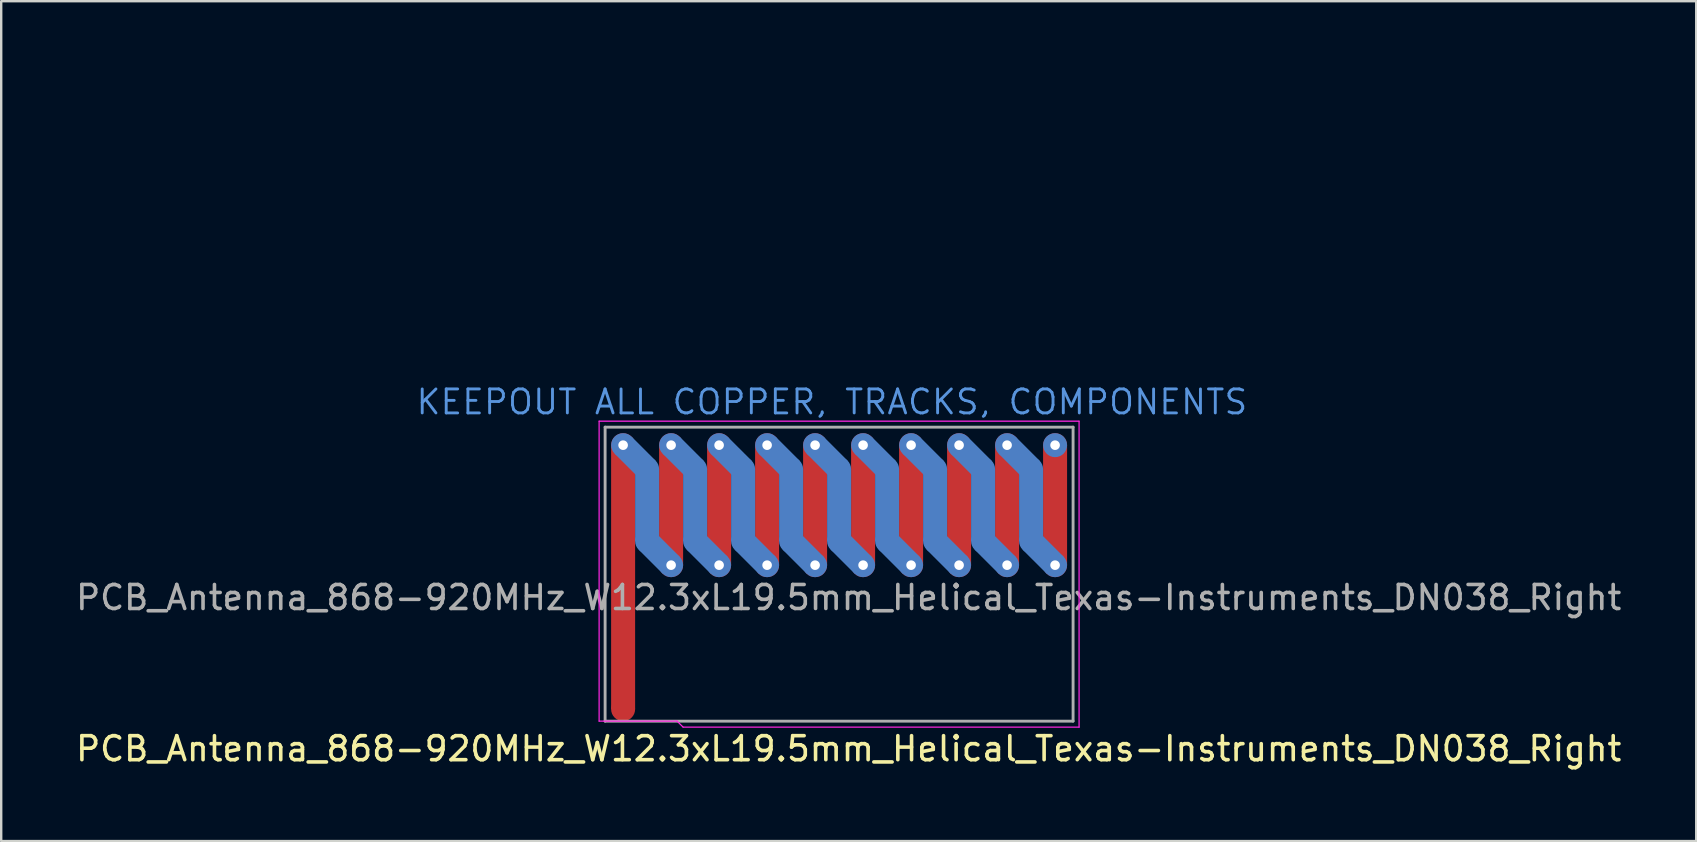
<source format=kicad_pcb>
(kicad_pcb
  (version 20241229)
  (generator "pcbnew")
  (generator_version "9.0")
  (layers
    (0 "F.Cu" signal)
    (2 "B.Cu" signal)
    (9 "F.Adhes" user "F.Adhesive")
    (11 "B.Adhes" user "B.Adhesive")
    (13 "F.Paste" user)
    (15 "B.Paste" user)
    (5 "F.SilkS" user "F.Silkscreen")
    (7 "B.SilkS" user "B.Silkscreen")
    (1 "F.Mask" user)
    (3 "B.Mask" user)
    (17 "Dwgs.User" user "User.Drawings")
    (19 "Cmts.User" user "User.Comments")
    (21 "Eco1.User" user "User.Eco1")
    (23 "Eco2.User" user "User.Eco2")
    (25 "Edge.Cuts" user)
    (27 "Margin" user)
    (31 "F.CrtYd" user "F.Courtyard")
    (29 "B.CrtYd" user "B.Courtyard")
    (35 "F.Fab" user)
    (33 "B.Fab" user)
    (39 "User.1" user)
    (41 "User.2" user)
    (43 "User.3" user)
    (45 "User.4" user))
  (footprint "PCB_Antenna_868-920MHz_W12.3xL19.5mm_Helical_Texas-Instruments_DN038_Right"
    (layer "F.Cu")
    (at 22.915 26.5)
    (property "Reference" "PCB_Antenna_868-920MHz_W12.3xL19.5mm_Helical_Texas-Instruments_DN038_Right" (at 9.4 1.65 0) (unlocked yes) (layer "F.SilkS") (effects (font (size 1 1) (thickness 0.15))))
    (attr exclude_from_pos_files exclude_from_bom)
    (fp_poly (pts (xy 0.5 0) (xy -0.5 0) (xy -0.5 -11) (xy 0.5 -11)) (stroke (width 0) (type solid)) (fill yes) (layer "F.Cu"))
    (fp_poly (pts (xy 2.5 -6) (xy 1.5 -6) (xy 1.5 -11) (xy 2.5 -11)) (stroke (width 0) (type solid)) (fill yes) (layer "F.Cu"))
    (fp_poly (pts (xy 4.5 -6) (xy 3.5 -6) (xy 3.5 -11) (xy 4.5 -11)) (stroke (width 0) (type solid)) (fill yes) (layer "F.Cu"))
    (fp_poly (pts (xy 6.5 -6) (xy 5.5 -6) (xy 5.5 -11) (xy 6.5 -11)) (stroke (width 0) (type solid)) (fill yes) (layer "F.Cu"))
    (fp_poly (pts (xy 8.5 -6) (xy 7.5 -6) (xy 7.5 -11) (xy 8.5 -11)) (stroke (width 0) (type solid)) (fill yes) (layer "F.Cu"))
    (fp_poly (pts (xy 10.5 -6) (xy 9.5 -6) (xy 9.5 -11) (xy 10.5 -11)) (stroke (width 0) (type solid)) (fill yes) (layer "F.Cu"))
    (fp_poly (pts (xy 12.5 -6) (xy 11.5 -6) (xy 11.5 -11) (xy 12.5 -11)) (stroke (width 0) (type solid)) (fill yes) (layer "F.Cu"))
    (fp_poly (pts (xy 14.5 -6) (xy 13.5 -6) (xy 13.5 -11) (xy 14.5 -11)) (stroke (width 0) (type solid)) (fill yes) (layer "F.Cu"))
    (fp_poly (pts (xy 16.5 -6) (xy 15.5 -6) (xy 15.5 -11) (xy 16.5 -11)) (stroke (width 0) (type solid)) (fill yes) (layer "F.Cu"))
    (fp_poly (pts (xy 18.5 -6) (xy 17.5 -6) (xy 17.5 -11) (xy 18.5 -11)) (stroke (width 0) (type solid)) (fill yes) (layer "F.Cu"))
    (fp_circle (center 1 -10) (end 0.823 -9.823) (stroke (width 0.5) (type solid)) (fill no) (layer "B.Cu"))
    (fp_circle (center 1 -7) (end 0.823 -6.823) (stroke (width 0.5) (type solid)) (fill no) (layer "B.Cu"))
    (fp_circle (center 3 -10) (end 2.823 -9.823) (stroke (width 0.5) (type solid)) (fill no) (layer "B.Cu"))
    (fp_circle (center 3 -7) (end 2.823 -6.823) (stroke (width 0.5) (type solid)) (fill no) (layer "B.Cu"))
    (fp_circle (center 5 -10) (end 4.823 -9.823) (stroke (width 0.5) (type solid)) (fill no) (layer "B.Cu"))
    (fp_circle (center 5 -7) (end 4.823 -6.823) (stroke (width 0.5) (type solid)) (fill no) (layer "B.Cu"))
    (fp_circle (center 7 -10) (end 6.823 -9.823) (stroke (width 0.5) (type solid)) (fill no) (layer "B.Cu"))
    (fp_circle (center 7 -7) (end 6.823 -6.823) (stroke (width 0.5) (type solid)) (fill no) (layer "B.Cu"))
    (fp_circle (center 9 -10) (end 8.823 -9.823) (stroke (width 0.5) (type solid)) (fill no) (layer "B.Cu"))
    (fp_circle (center 9 -7) (end 8.823 -6.823) (stroke (width 0.5) (type solid)) (fill no) (layer "B.Cu"))
    (fp_circle (center 11 -10) (end 10.823 -9.823) (stroke (width 0.5) (type solid)) (fill no) (layer "B.Cu"))
    (fp_circle (center 11 -7) (end 10.823 -6.823) (stroke (width 0.5) (type solid)) (fill no) (layer "B.Cu"))
    (fp_circle (center 13 -10) (end 12.823 -9.823) (stroke (width 0.5) (type solid)) (fill no) (layer "B.Cu"))
    (fp_circle (center 13 -7) (end 12.823 -6.823) (stroke (width 0.5) (type solid)) (fill no) (layer "B.Cu"))
    (fp_circle (center 15 -10) (end 14.823 -9.823) (stroke (width 0.5) (type solid)) (fill no) (layer "B.Cu"))
    (fp_circle (center 15 -7) (end 14.823 -6.823) (stroke (width 0.5) (type solid)) (fill no) (layer "B.Cu"))
    (fp_circle (center 17 -10) (end 16.823 -9.823) (stroke (width 0.5) (type solid)) (fill no) (layer "B.Cu"))
    (fp_circle (center 17 -7) (end 16.823 -6.823) (stroke (width 0.5) (type solid)) (fill no) (layer "B.Cu"))
    (fp_poly (pts (xy -0.354 -10.646) (xy 0.354 -11.354) (xy 1.354 -10.354) (xy 0.646 -9.646)) (stroke (width 0) (type solid)) (fill yes) (layer "B.Cu"))
    (fp_poly (pts (xy 1.5 -7) (xy 0.5 -7) (xy 0.5 -10) (xy 1.5 -10)) (stroke (width 0) (type solid)) (fill yes) (layer "B.Cu"))
    (fp_poly (pts (xy 1.646 -10.646) (xy 2.354 -11.354) (xy 3.354 -10.354) (xy 2.646 -9.646)) (stroke (width 0) (type solid)) (fill yes) (layer "B.Cu"))
    (fp_poly (pts (xy 3.5 -7) (xy 2.5 -7) (xy 2.5 -10) (xy 3.5 -10)) (stroke (width 0) (type solid)) (fill yes) (layer "B.Cu"))
    (fp_poly (pts (xy 3.646 -10.646) (xy 4.354 -11.354) (xy 5.354 -10.354) (xy 4.646 -9.646)) (stroke (width 0) (type solid)) (fill yes) (layer "B.Cu"))
    (fp_poly (pts (xy 5.5 -7) (xy 4.5 -7) (xy 4.5 -10) (xy 5.5 -10)) (stroke (width 0) (type solid)) (fill yes) (layer "B.Cu"))
    (fp_poly (pts (xy 5.646 -10.646) (xy 6.354 -11.354) (xy 7.354 -10.354) (xy 6.646 -9.646)) (stroke (width 0) (type solid)) (fill yes) (layer "B.Cu"))
    (fp_poly (pts (xy 7.5 -7) (xy 6.5 -7) (xy 6.5 -10) (xy 7.5 -10)) (stroke (width 0) (type solid)) (fill yes) (layer "B.Cu"))
    (fp_poly (pts (xy 7.646 -10.646) (xy 8.354 -11.354) (xy 9.354 -10.354) (xy 8.646 -9.646)) (stroke (width 0) (type solid)) (fill yes) (layer "B.Cu"))
    (fp_poly (pts (xy 9.5 -7) (xy 8.5 -7) (xy 8.5 -10) (xy 9.5 -10)) (stroke (width 0) (type solid)) (fill yes) (layer "B.Cu"))
    (fp_poly (pts (xy 9.646 -10.646) (xy 10.354 -11.354) (xy 11.354 -10.354) (xy 10.646 -9.646)) (stroke (width 0) (type solid)) (fill yes) (layer "B.Cu"))
    (fp_poly (pts (xy 11.5 -7) (xy 10.5 -7) (xy 10.5 -10) (xy 11.5 -10)) (stroke (width 0) (type solid)) (fill yes) (layer "B.Cu"))
    (fp_poly (pts (xy 11.646 -10.646) (xy 12.354 -11.354) (xy 13.354 -10.354) (xy 12.646 -9.646)) (stroke (width 0) (type solid)) (fill yes) (layer "B.Cu"))
    (fp_poly (pts (xy 13.5 -7) (xy 12.5 -7) (xy 12.5 -10) (xy 13.5 -10)) (stroke (width 0) (type solid)) (fill yes) (layer "B.Cu"))
    (fp_poly (pts (xy 13.646 -10.646) (xy 14.354 -11.354) (xy 15.354 -10.354) (xy 14.646 -9.646)) (stroke (width 0) (type solid)) (fill yes) (layer "B.Cu"))
    (fp_poly (pts (xy 15.5 -7) (xy 14.5 -7) (xy 14.5 -10) (xy 15.5 -10)) (stroke (width 0) (type solid)) (fill yes) (layer "B.Cu"))
    (fp_poly (pts (xy 15.646 -10.646) (xy 16.354 -11.354) (xy 17.354 -10.354) (xy 16.646 -9.646)) (stroke (width 0) (type solid)) (fill yes) (layer "B.Cu"))
    (fp_poly (pts (xy 17.5 -7) (xy 16.5 -7) (xy 16.5 -10) (xy 17.5 -10)) (stroke (width 0) (type solid)) (fill yes) (layer "B.Cu"))
    (fp_poly (pts (xy 1.5 -7.207) (xy 2.354 -6.354) (xy 1.646 -5.646) (xy 0.646 -6.646) (xy 1.354 -7.354)) (stroke (width 0) (type solid)) (fill yes) (layer "B.Cu"))
    (fp_poly (pts (xy 3.5 -7.207) (xy 4.354 -6.354) (xy 3.646 -5.646) (xy 2.646 -6.646) (xy 3.354 -7.354)) (stroke (width 0) (type solid)) (fill yes) (layer "B.Cu"))
    (fp_poly (pts (xy 5.5 -7.207) (xy 6.354 -6.354) (xy 5.646 -5.646) (xy 4.646 -6.646) (xy 5.354 -7.354)) (stroke (width 0) (type solid)) (fill yes) (layer "B.Cu"))
    (fp_poly (pts (xy 7.5 -7.207) (xy 8.354 -6.354) (xy 7.646 -5.646) (xy 6.646 -6.646) (xy 7.354 -7.354)) (stroke (width 0) (type solid)) (fill yes) (layer "B.Cu"))
    (fp_poly (pts (xy 9.5 -7.207) (xy 10.354 -6.354) (xy 9.646 -5.646) (xy 8.646 -6.646) (xy 9.354 -7.354)) (stroke (width 0) (type solid)) (fill yes) (layer "B.Cu"))
    (fp_poly (pts (xy 11.5 -7.207) (xy 12.354 -6.354) (xy 11.646 -5.646) (xy 10.646 -6.646) (xy 11.354 -7.354)) (stroke (width 0) (type solid)) (fill yes) (layer "B.Cu"))
    (fp_poly (pts (xy 13.5 -7.207) (xy 14.354 -6.354) (xy 13.646 -5.646) (xy 12.646 -6.646) (xy 13.354 -7.354)) (stroke (width 0) (type solid)) (fill yes) (layer "B.Cu"))
    (fp_poly (pts (xy 15.5 -7.207) (xy 16.354 -6.354) (xy 15.646 -5.646) (xy 14.646 -6.646) (xy 15.354 -7.354)) (stroke (width 0) (type solid)) (fill yes) (layer "B.Cu"))
    (fp_poly (pts (xy 17.5 -7.207) (xy 18.354 -6.354) (xy 17.646 -5.646) (xy 16.646 -6.646) (xy 17.354 -7.354)) (stroke (width 0) (type solid)) (fill yes) (layer "B.Cu"))
    (fp_line (start -1 -12) (end -1 0.5) (stroke (width 0.05) (type solid)) (layer "F.CrtYd"))
    (fp_line (start 2.25 0.5) (end -1 0.5) (stroke (width 0.05) (type solid)) (layer "F.CrtYd"))
    (fp_line (start 2.25 0.5) (end 2.5 0.75) (stroke (width 0.05) (type solid)) (layer "F.CrtYd"))
    (fp_line (start 2.5 0.75) (end 19 0.75) (stroke (width 0.05) (type solid)) (layer "F.CrtYd"))
    (fp_line (start 19 -12) (end -1 -12) (stroke (width 0.05) (type solid)) (layer "F.CrtYd"))
    (fp_line (start 19 0.75) (end 19 -12) (stroke (width 0.05) (type solid)) (layer "F.CrtYd"))
    (fp_line (start -0.75 -11.75) (end 18.75 -11.75) (stroke (width 0.12) (type solid)) (layer "F.Fab"))
    (fp_line (start -0.75 0.5) (end -0.75 -11.75) (stroke (width 0.12) (type solid)) (layer "F.Fab"))
    (fp_line (start 18.75 -11.75) (end 18.75 0.5) (stroke (width 0.12) (type solid)) (layer "F.Fab"))
    (fp_line (start 18.75 0.5) (end -0.75 0.5) (stroke (width 0.12) (type solid)) (layer "F.Fab"))
    (fp_text user "KEEPOUT ALL COPPER, TRACKS, COMPONENTS" (at 8.7 -12.8 0) (layer "Cmts.User") (effects (font (size 1 1) (thickness 0.12))))
    (fp_text user "${REFERENCE}" (at 9.4 -4.65 0) (layer "F.Fab") (effects (font (size 1 1) (thickness 0.15))))
    (pad "" thru_hole circle (at 0 -11) (size 1 1) (drill 0.4) (layers "*.Cu"))
    (pad "" thru_hole circle (at 2 -11) (size 1 1) (drill 0.4) (layers "*.Cu"))
    (pad "" thru_hole circle (at 2 -6) (size 1 1) (drill 0.4) (layers "*.Cu"))
    (pad "" thru_hole circle (at 4 -11) (size 1 1) (drill 0.4) (layers "*.Cu"))
    (pad "" thru_hole circle (at 4 -6) (size 1 1) (drill 0.4) (layers "*.Cu"))
    (pad "" thru_hole circle (at 6 -11) (size 1 1) (drill 0.4) (layers "*.Cu"))
    (pad "" thru_hole circle (at 6 -6) (size 1 1) (drill 0.4) (layers "*.Cu"))
    (pad "" thru_hole circle (at 8 -11) (size 1 1) (drill 0.4) (layers "*.Cu"))
    (pad "" thru_hole circle (at 8 -6) (size 1 1) (drill 0.4) (layers "*.Cu"))
    (pad "" thru_hole circle (at 10 -11) (size 1 1) (drill 0.4) (layers "*.Cu"))
    (pad "" thru_hole circle (at 10 -6) (size 1 1) (drill 0.4) (layers "*.Cu"))
    (pad "" thru_hole circle (at 12 -11) (size 1 1) (drill 0.4) (layers "*.Cu"))
    (pad "" thru_hole circle (at 12 -6) (size 1 1) (drill 0.4) (layers "*.Cu"))
    (pad "" thru_hole circle (at 14 -11) (size 1 1) (drill 0.4) (layers "*.Cu"))
    (pad "" thru_hole circle (at 14 -6) (size 1 1) (drill 0.4) (layers "*.Cu"))
    (pad "" thru_hole circle (at 16 -11) (size 1 1) (drill 0.4) (layers "*.Cu"))
    (pad "" thru_hole circle (at 16 -6) (size 1 1) (drill 0.4) (layers "*.Cu"))
    (pad "" thru_hole circle (at 18 -11) (size 1 1) (drill 0.4) (layers "*.Cu"))
    (pad "" thru_hole circle (at 18 -6) (size 1 1) (drill 0.4) (layers "*.Cu"))
    (pad "1" connect circle (at 0 0) (size 1 1) (layers "F.Cu"))
    (zone (net_name "") (layers "F.Cu" "B.Cu") (hatch edge 0.508) (connect_pads) (min_thickness 0.254) (filled_areas_thickness no) (keepout (tracks allowed) (vias not_allowed) (pads allowed) (copperpour not_allowed) (footprints allowed)) (placement (enabled no)) (fill) (polygon (pts (xy 56.415 27) (xy 7.415 27) (xy 7.415 0) (xy 56.415 0)))))
  (gr_rect
    (start -3 -3)
    (end 67.631 31.998)
    (stroke (width 0.1) (type default))
    (fill no)
    (layer "Edge.Cuts")))
</source>
